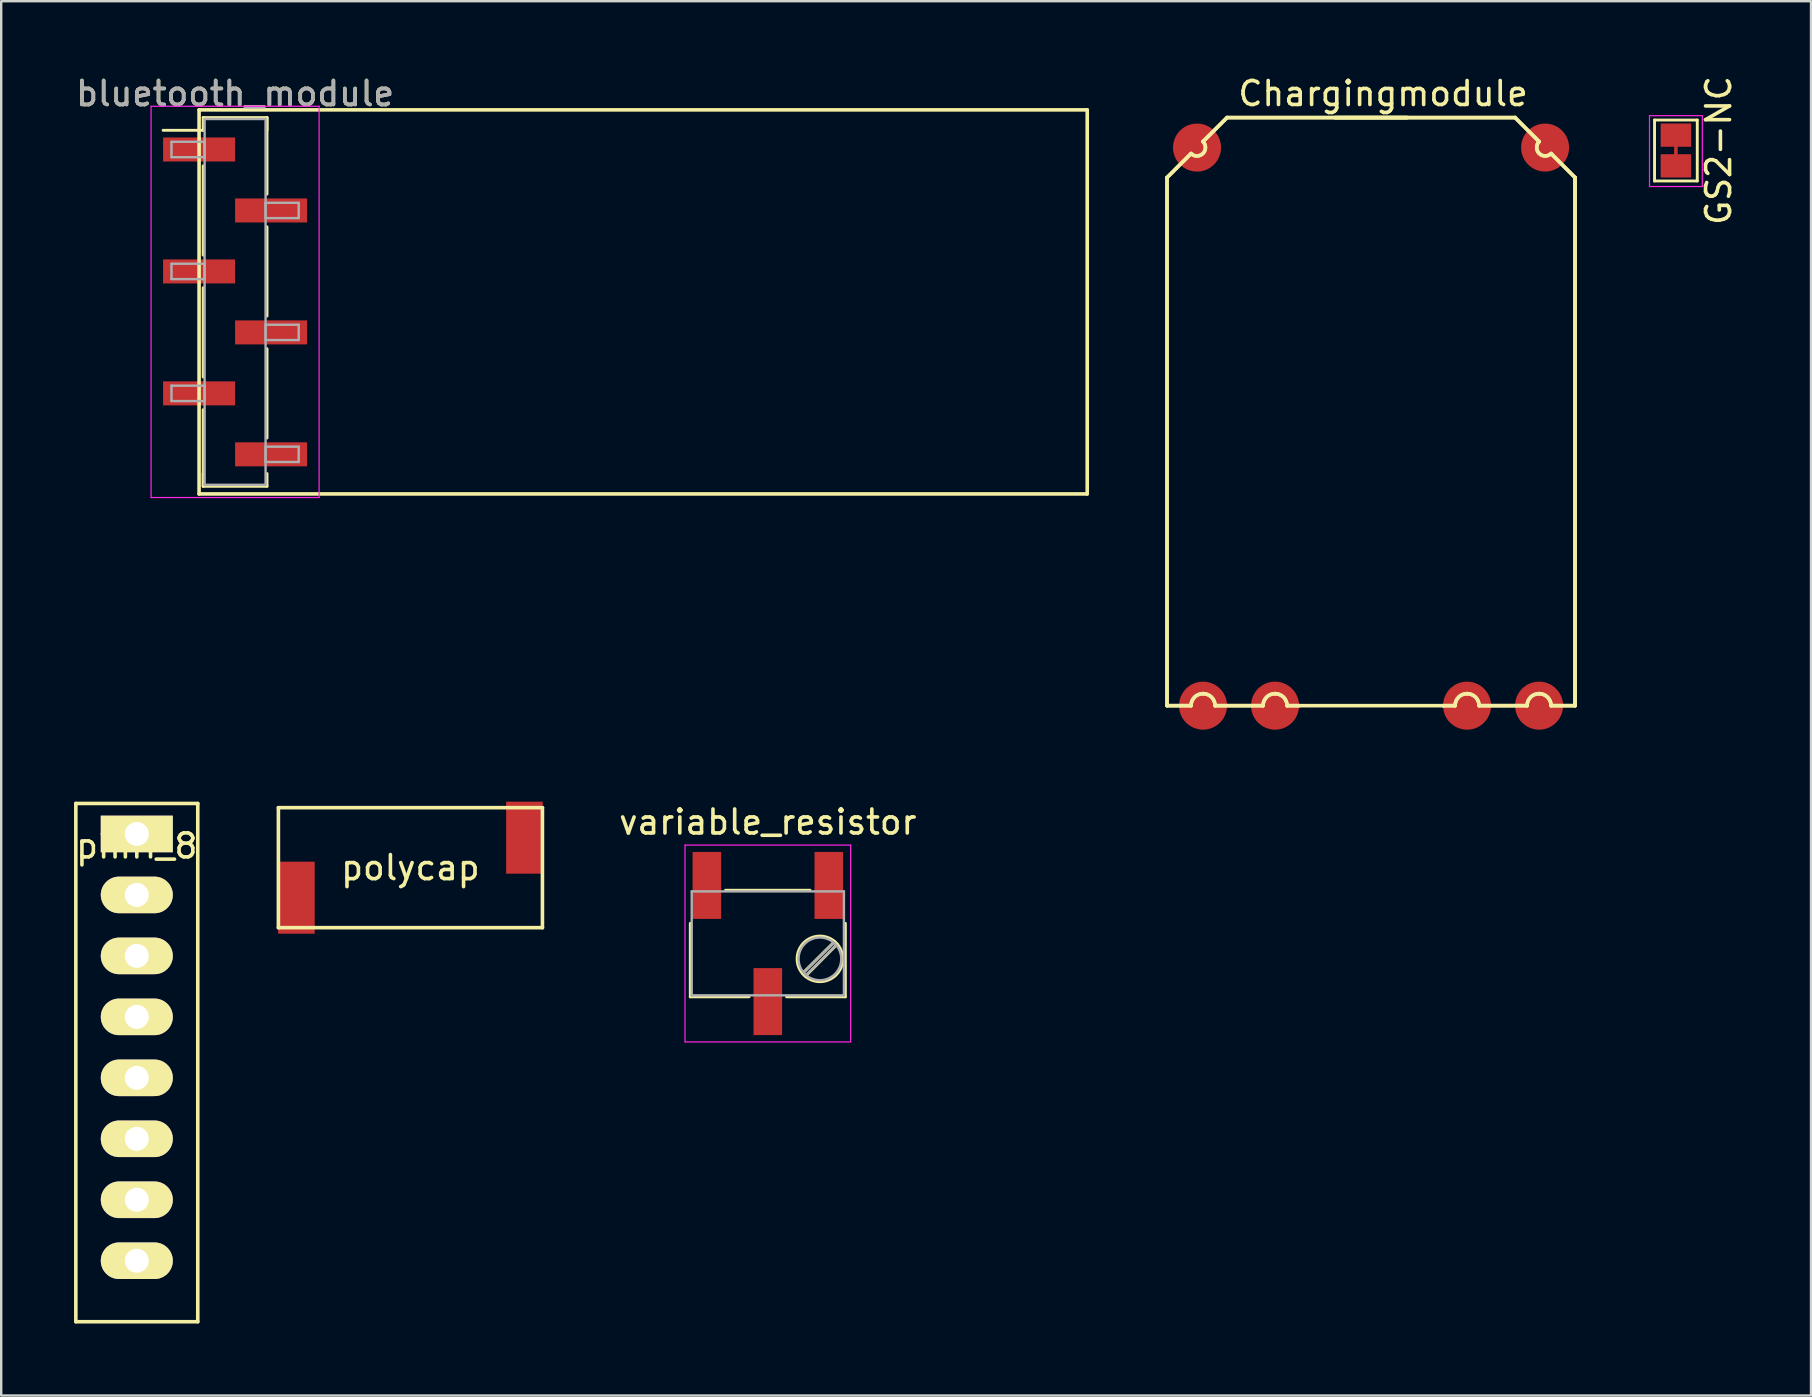
<source format=kicad_pcb>
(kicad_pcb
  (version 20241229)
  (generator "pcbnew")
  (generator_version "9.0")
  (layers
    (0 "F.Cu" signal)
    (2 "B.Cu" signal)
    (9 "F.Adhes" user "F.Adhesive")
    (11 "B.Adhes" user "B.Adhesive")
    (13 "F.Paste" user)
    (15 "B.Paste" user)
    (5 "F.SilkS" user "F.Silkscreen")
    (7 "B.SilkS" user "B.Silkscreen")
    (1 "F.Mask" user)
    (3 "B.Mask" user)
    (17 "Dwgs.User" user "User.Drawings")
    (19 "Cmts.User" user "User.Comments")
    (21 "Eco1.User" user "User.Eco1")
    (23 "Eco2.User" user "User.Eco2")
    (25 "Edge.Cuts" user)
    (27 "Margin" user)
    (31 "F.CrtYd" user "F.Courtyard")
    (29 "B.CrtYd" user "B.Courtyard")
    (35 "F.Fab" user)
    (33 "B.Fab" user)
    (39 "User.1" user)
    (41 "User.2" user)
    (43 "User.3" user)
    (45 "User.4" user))
  (footprint "polycap"
    (layer "F.Cu")
    (at 8.548 30.598)
    (property "Reference" "polycap" (at 5.5 2.5 0) (layer "F.SilkS") (effects (font (size 1 1) (thickness 0.15))))
    (attr through_hole)
    (fp_line (start 0 0) (end 11 0) (stroke (width 0.15) (type solid)) (layer "F.SilkS"))
    (fp_line (start 0 5) (end 0 0) (stroke (width 0.15) (type solid)) (layer "F.SilkS"))
    (fp_line (start 0 5) (end 11 5) (stroke (width 0.15) (type solid)) (layer "F.SilkS"))
    (fp_line (start 11 0) (end 11 5) (stroke (width 0.15) (type solid)) (layer "F.SilkS"))
    (pad "1" smd rect (at 10.25 1.25) (size 1.524 3) (layers "F.Cu" "F.Mask" "F.Paste"))
    (pad "2" smd rect (at 0.75 3.75) (size 1.524 3) (layers "F.Cu" "F.Mask" "F.Paste")))
  (footprint "Chargingmodule"
    (layer "F.Cu")
    (at 45.569 1.848)
    (property "Reference" "Chargingmodule" (at 9 -1 0) (layer "F.SilkS") (effects (font (size 1 1) (thickness 0.15))))
    (attr through_hole)
    (fp_line (start 0 2.5) (end 0 24.5) (stroke (width 0.15) (type solid)) (layer "F.SilkS"))
    (fp_line (start 0 2.5) (end 0 24.5) (stroke (width 0.15) (type solid)) (layer "F.SilkS"))
    (fp_line (start 0 2.5) (end 1 1.5) (stroke (width 0.15) (type solid)) (layer "F.SilkS"))
    (fp_line (start 0 2.5) (end 1 1.5) (stroke (width 0.15) (type solid)) (layer "F.SilkS"))
    (fp_line (start 0 24.5) (end 1 24.5) (stroke (width 0.15) (type solid)) (layer "F.SilkS"))
    (fp_line (start 0 24.5) (end 1 24.5) (stroke (width 0.15) (type solid)) (layer "F.SilkS"))
    (fp_line (start 1.5 1) (end 2.5 0) (stroke (width 0.15) (type solid)) (layer "F.SilkS"))
    (fp_line (start 1.5 1) (end 2.5 0) (stroke (width 0.15) (type solid)) (layer "F.SilkS"))
    (fp_line (start 2 24.5) (end 4 24.5) (stroke (width 0.15) (type solid)) (layer "F.SilkS"))
    (fp_line (start 2 24.5) (end 4 24.5) (stroke (width 0.15) (type solid)) (layer "F.SilkS"))
    (fp_line (start 2.5 0) (end 10 0) (stroke (width 0.15) (type solid)) (layer "F.SilkS"))
    (fp_line (start 2.5 0) (end 10 0) (stroke (width 0.15) (type solid)) (layer "F.SilkS"))
    (fp_line (start 5.5 24.5) (end 5 24.5) (stroke (width 0.15) (type solid)) (layer "F.SilkS"))
    (fp_line (start 5.5 24.5) (end 5 24.5) (stroke (width 0.15) (type solid)) (layer "F.SilkS"))
    (fp_line (start 5.5 24.5) (end 11.5 24.5) (stroke (width 0.15) (type solid)) (layer "F.SilkS"))
    (fp_line (start 11.5 24.5) (end 12 24.5) (stroke (width 0.15) (type solid)) (layer "F.SilkS"))
    (fp_line (start 11.5 24.5) (end 12 24.5) (stroke (width 0.15) (type solid)) (layer "F.SilkS"))
    (fp_line (start 14.5 0) (end 7 0) (stroke (width 0.15) (type solid)) (layer "F.SilkS"))
    (fp_line (start 14.5 0) (end 7 0) (stroke (width 0.15) (type solid)) (layer "F.SilkS"))
    (fp_line (start 15 24.5) (end 13 24.5) (stroke (width 0.15) (type solid)) (layer "F.SilkS"))
    (fp_line (start 15 24.5) (end 13 24.5) (stroke (width 0.15) (type solid)) (layer "F.SilkS"))
    (fp_line (start 15.5 1) (end 14.5 0) (stroke (width 0.15) (type solid)) (layer "F.SilkS"))
    (fp_line (start 15.5 1) (end 14.5 0) (stroke (width 0.15) (type solid)) (layer "F.SilkS"))
    (fp_line (start 17 2.5) (end 16 1.5) (stroke (width 0.15) (type solid)) (layer "F.SilkS"))
    (fp_line (start 17 2.5) (end 16 1.5) (stroke (width 0.15) (type solid)) (layer "F.SilkS"))
    (fp_line (start 17 2.5) (end 17 24.5) (stroke (width 0.15) (type solid)) (layer "F.SilkS"))
    (fp_line (start 17 2.5) (end 17 24.5) (stroke (width 0.15) (type solid)) (layer "F.SilkS"))
    (fp_line (start 17 2.5) (end 17 24.5) (stroke (width 0.15) (type solid)) (layer "F.SilkS"))
    (fp_line (start 17 24.5) (end 16 24.5) (stroke (width 0.15) (type solid)) (layer "F.SilkS"))
    (fp_line (start 17 24.5) (end 16 24.5) (stroke (width 0.15) (type solid)) (layer "F.SilkS"))
    (fp_arc (start 1 24.5) (mid 1.146447 24.146447) (end 1.5 24) (stroke (width 0.15) (type solid)) (layer "F.SilkS"))
    (fp_arc (start 1 24.5) (mid 1.146447 24.146447) (end 1.5 24) (stroke (width 0.15) (type solid)) (layer "F.SilkS"))
    (fp_arc (start 1.5 1) (mid 1.5 1.5) (end 1 1.5) (stroke (width 0.15) (type solid)) (layer "F.SilkS"))
    (fp_arc (start 1.5 1) (mid 1.5 1.5) (end 1 1.5) (stroke (width 0.15) (type solid)) (layer "F.SilkS"))
    (fp_arc (start 1.5 24) (mid 1.853553 24.146447) (end 2 24.5) (stroke (width 0.15) (type solid)) (layer "F.SilkS"))
    (fp_arc (start 1.5 24) (mid 1.853553 24.146447) (end 2 24.5) (stroke (width 0.15) (type solid)) (layer "F.SilkS"))
    (fp_arc (start 4 24.5) (mid 4.146447 24.146447) (end 4.5 24) (stroke (width 0.15) (type solid)) (layer "F.SilkS"))
    (fp_arc (start 4 24.5) (mid 4.146447 24.146447) (end 4.5 24) (stroke (width 0.15) (type solid)) (layer "F.SilkS"))
    (fp_arc (start 4.5 24) (mid 4.853553 24.146447) (end 5 24.5) (stroke (width 0.15) (type solid)) (layer "F.SilkS"))
    (fp_arc (start 4.5 24) (mid 4.853553 24.146447) (end 5 24.5) (stroke (width 0.15) (type solid)) (layer "F.SilkS"))
    (fp_arc (start 12 24.5) (mid 12.146447 24.146447) (end 12.5 24) (stroke (width 0.15) (type solid)) (layer "F.SilkS"))
    (fp_arc (start 12 24.5) (mid 12.146447 24.146447) (end 12.5 24) (stroke (width 0.15) (type solid)) (layer "F.SilkS"))
    (fp_arc (start 12.5 24) (mid 12.853553 24.146447) (end 13 24.5) (stroke (width 0.15) (type solid)) (layer "F.SilkS"))
    (fp_arc (start 12.5 24) (mid 12.853553 24.146447) (end 13 24.5) (stroke (width 0.15) (type solid)) (layer "F.SilkS"))
    (fp_arc (start 15 24.5) (mid 15.146447 24.146447) (end 15.5 24) (stroke (width 0.15) (type solid)) (layer "F.SilkS"))
    (fp_arc (start 15 24.5) (mid 15.146447 24.146447) (end 15.5 24) (stroke (width 0.15) (type solid)) (layer "F.SilkS"))
    (fp_arc (start 15.5 24) (mid 15.853553 24.146447) (end 16 24.5) (stroke (width 0.15) (type solid)) (layer "F.SilkS"))
    (fp_arc (start 15.5 24) (mid 15.853553 24.146447) (end 16 24.5) (stroke (width 0.15) (type solid)) (layer "F.SilkS"))
    (fp_arc (start 16 1.5) (mid 15.5 1.5) (end 15.5 1) (stroke (width 0.15) (type solid)) (layer "F.SilkS"))
    (fp_arc (start 16 1.5) (mid 15.5 1.5) (end 15.5 1) (stroke (width 0.15) (type solid)) (layer "F.SilkS"))
    (pad "1" smd circle (at 1.25 1.25) (size 2 2) (layers "F.Cu" "F.Mask" "F.Paste"))
    (pad "2" smd circle (at 15.75 1.25) (size 2 2) (layers "F.Cu" "F.Mask" "F.Paste"))
    (pad "3" smd circle (at 15.5 24.5) (size 2 2) (layers "F.Cu" "F.Mask" "F.Paste"))
    (pad "4" smd circle (at 12.5 24.5) (size 2 2) (layers "F.Cu" "F.Mask" "F.Paste"))
    (pad "5" smd circle (at 4.5 24.5) (size 2 2) (layers "F.Cu" "F.Mask" "F.Paste"))
    (pad "6" smd circle (at 1.5 24.5) (size 2 2) (layers "F.Cu" "F.Mask" "F.Paste")))
  (footprint "bluetooth_module"
    (layer "F.Cu")
    (at 23.494 9.278)
    (property "Reference" "bluetooth_module" (at -16.75 -8.43 0) (layer "F.SilkS") (effects (font (size 1 1) (thickness 0.15))))
    (attr smd)
    (fp_line (start -18.25 -7.75) (end -18.25 8.25) (stroke (width 0.15) (type solid)) (layer "F.SilkS"))
    (fp_line (start -18.25 -7.75) (end 18.75 -7.75) (stroke (width 0.15) (type solid)) (layer "F.SilkS"))
    (fp_line (start -18.25 8.25) (end 18.75 8.25) (stroke (width 0.15) (type solid)) (layer "F.SilkS"))
    (fp_line (start -18.08 -7.43) (end -15.42 -7.43) (stroke (width 0.12) (type solid)) (layer "F.SilkS"))
    (fp_line (start -18.08 -6.9) (end -19.75 -6.9) (stroke (width 0.12) (type solid)) (layer "F.SilkS"))
    (fp_line (start -18.08 -6.9) (end -18.08 -7.43) (stroke (width 0.12) (type solid)) (layer "F.SilkS"))
    (fp_line (start -18.08 -5.42) (end -18.08 -1.7) (stroke (width 0.12) (type solid)) (layer "F.SilkS"))
    (fp_line (start -18.08 -0.34) (end -18.08 3.38) (stroke (width 0.12) (type solid)) (layer "F.SilkS"))
    (fp_line (start -18.08 4.74) (end -18.08 7.93) (stroke (width 0.12) (type solid)) (layer "F.SilkS"))
    (fp_line (start -18.08 7.4) (end -18.08 7.93) (stroke (width 0.12) (type solid)) (layer "F.SilkS"))
    (fp_line (start -18.08 7.93) (end -15.42 7.93) (stroke (width 0.12) (type solid)) (layer "F.SilkS"))
    (fp_line (start -15.42 -7.43) (end -15.42 -6.9) (stroke (width 0.12) (type solid)) (layer "F.SilkS"))
    (fp_line (start -15.42 -7.43) (end -15.42 -4.24) (stroke (width 0.12) (type solid)) (layer "F.SilkS"))
    (fp_line (start -15.42 -2.88) (end -15.42 0.84) (stroke (width 0.12) (type solid)) (layer "F.SilkS"))
    (fp_line (start -15.42 2.2) (end -15.42 5.92) (stroke (width 0.12) (type solid)) (layer "F.SilkS"))
    (fp_line (start -15.42 7.93) (end -15.42 7.4) (stroke (width 0.12) (type solid)) (layer "F.SilkS"))
    (fp_line (start 18.75 -7.75) (end 18.75 8.25) (stroke (width 0.15) (type solid)) (layer "F.SilkS"))
    (fp_line (start -20.25 -7.9) (end -20.25 8.4) (stroke (width 0.05) (type solid)) (layer "F.CrtYd"))
    (fp_line (start -20.25 8.4) (end -13.25 8.4) (stroke (width 0.05) (type solid)) (layer "F.CrtYd"))
    (fp_line (start -13.25 -7.9) (end -20.25 -7.9) (stroke (width 0.05) (type solid)) (layer "F.CrtYd"))
    (fp_line (start -13.25 8.4) (end -13.25 -7.9) (stroke (width 0.05) (type solid)) (layer "F.CrtYd"))
    (fp_line (start -19.4 -6.42) (end -18.02 -6.42) (stroke (width 0.1) (type solid)) (layer "F.Fab"))
    (fp_line (start -19.4 -5.78) (end -19.4 -6.42) (stroke (width 0.1) (type solid)) (layer "F.Fab"))
    (fp_line (start -19.4 -1.34) (end -18.02 -1.34) (stroke (width 0.1) (type solid)) (layer "F.Fab"))
    (fp_line (start -19.4 -0.7) (end -19.4 -1.34) (stroke (width 0.1) (type solid)) (layer "F.Fab"))
    (fp_line (start -19.4 3.74) (end -18.02 3.74) (stroke (width 0.1) (type solid)) (layer "F.Fab"))
    (fp_line (start -19.4 4.38) (end -19.4 3.74) (stroke (width 0.1) (type solid)) (layer "F.Fab"))
    (fp_line (start -18.02 -7.37) (end -18.02 7.87) (stroke (width 0.1) (type solid)) (layer "F.Fab"))
    (fp_line (start -18.02 -6.42) (end -18.02 -5.78) (stroke (width 0.1) (type solid)) (layer "F.Fab"))
    (fp_line (start -18.02 -5.78) (end -19.4 -5.78) (stroke (width 0.1) (type solid)) (layer "F.Fab"))
    (fp_line (start -18.02 -1.34) (end -18.02 -0.7) (stroke (width 0.1) (type solid)) (layer "F.Fab"))
    (fp_line (start -18.02 -0.7) (end -19.4 -0.7) (stroke (width 0.1) (type solid)) (layer "F.Fab"))
    (fp_line (start -18.02 3.74) (end -18.02 4.38) (stroke (width 0.1) (type solid)) (layer "F.Fab"))
    (fp_line (start -18.02 4.38) (end -19.4 4.38) (stroke (width 0.1) (type solid)) (layer "F.Fab"))
    (fp_line (start -18.02 7.87) (end -15.48 7.87) (stroke (width 0.1) (type solid)) (layer "F.Fab"))
    (fp_line (start -15.48 -7.37) (end -18.02 -7.37) (stroke (width 0.1) (type solid)) (layer "F.Fab"))
    (fp_line (start -15.48 -3.88) (end -15.48 -3.24) (stroke (width 0.1) (type solid)) (layer "F.Fab"))
    (fp_line (start -15.48 -3.24) (end -14.1 -3.24) (stroke (width 0.1) (type solid)) (layer "F.Fab"))
    (fp_line (start -15.48 1.2) (end -15.48 1.84) (stroke (width 0.1) (type solid)) (layer "F.Fab"))
    (fp_line (start -15.48 1.84) (end -14.1 1.84) (stroke (width 0.1) (type solid)) (layer "F.Fab"))
    (fp_line (start -15.48 6.28) (end -15.48 6.92) (stroke (width 0.1) (type solid)) (layer "F.Fab"))
    (fp_line (start -15.48 6.92) (end -14.1 6.92) (stroke (width 0.1) (type solid)) (layer "F.Fab"))
    (fp_line (start -15.48 7.87) (end -15.48 -7.37) (stroke (width 0.1) (type solid)) (layer "F.Fab"))
    (fp_line (start -14.1 -3.88) (end -15.48 -3.88) (stroke (width 0.1) (type solid)) (layer "F.Fab"))
    (fp_line (start -14.1 -3.24) (end -14.1 -3.88) (stroke (width 0.1) (type solid)) (layer "F.Fab"))
    (fp_line (start -14.1 1.2) (end -15.48 1.2) (stroke (width 0.1) (type solid)) (layer "F.Fab"))
    (fp_line (start -14.1 1.84) (end -14.1 1.2) (stroke (width 0.1) (type solid)) (layer "F.Fab"))
    (fp_line (start -14.1 6.28) (end -15.48 6.28) (stroke (width 0.1) (type solid)) (layer "F.Fab"))
    (fp_line (start -14.1 6.92) (end -14.1 6.28) (stroke (width 0.1) (type solid)) (layer "F.Fab"))
    (fp_text user "${REFERENCE}" (at -16.75 -8.43 0) (layer "F.Fab") (effects (font (size 1 1) (thickness 0.15))))
    (pad "1" smd rect (at -18.25 -6.1) (size 3 1) (layers "F.Cu" "F.Mask" "F.Paste"))
    (pad "2" smd rect (at -15.25 -3.56) (size 3 1) (layers "F.Cu" "F.Mask" "F.Paste"))
    (pad "3" smd rect (at -18.25 -1.02) (size 3 1) (layers "F.Cu" "F.Mask" "F.Paste"))
    (pad "4" smd rect (at -15.25 1.52) (size 3 1) (layers "F.Cu" "F.Mask" "F.Paste"))
    (pad "5" smd rect (at -18.25 4.06) (size 3 1) (layers "F.Cu" "F.Mask" "F.Paste"))
    (pad "6" smd rect (at -15.25 6.6) (size 3 1) (layers "F.Cu" "F.Mask" "F.Paste")))
  (footprint "GS2-NC"
    (layer "F.Cu")
    (at 66.769 3.22)
    (property "Reference" "GS2-NC" (at 1.78 0 90) (layer "F.SilkS") (effects (font (size 1 1) (thickness 0.15))))
    (attr smd)
    (fp_line (start 0 -0.5) (end 0 0.5) (stroke (width 0.15) (type solid)) (layer "F.Cu"))
    (fp_line (start -0.89 -1.27) (end -0.89 1.27) (stroke (width 0.12) (type solid)) (layer "F.SilkS"))
    (fp_line (start -0.89 -1.27) (end 0.89 -1.27) (stroke (width 0.12) (type solid)) (layer "F.SilkS"))
    (fp_line (start 0.89 1.27) (end -0.89 1.27) (stroke (width 0.12) (type solid)) (layer "F.SilkS"))
    (fp_line (start 0.89 1.27) (end 0.89 -1.27) (stroke (width 0.12) (type solid)) (layer "F.SilkS"))
    (fp_line (start -1.1 -1.45) (end 1.1 -1.45) (stroke (width 0.05) (type solid)) (layer "F.CrtYd"))
    (fp_line (start -1.1 1.5) (end -1.1 -1.45) (stroke (width 0.05) (type solid)) (layer "F.CrtYd"))
    (fp_line (start 1.1 -1.45) (end 1.1 1.5) (stroke (width 0.05) (type solid)) (layer "F.CrtYd"))
    (fp_line (start 1.1 1.5) (end -1.1 1.5) (stroke (width 0.05) (type solid)) (layer "F.CrtYd"))
    (pad "1" smd rect (at 0 -0.64) (size 1.27 0.97) (layers "F.Cu" "F.Mask" "F.Paste"))
    (pad "2" smd rect (at 0 0.64) (size 1.27 0.97) (layers "F.Cu" "F.Mask" "F.Paste")))
  (footprint "variable_resistor"
    (placed yes)
    (layer "F.Cu")
    (at 28.938 36.257)
    (property "Reference" "variable_resistor" (at 0 -5.06 0) (layer "F.SilkS") (effects (font (size 1 1) (thickness 0.15))))
    (attr smd)
    (fp_line (start -3.23 -0.84) (end -3.23 2.22) (stroke (width 0.12) (type solid)) (layer "F.SilkS"))
    (fp_line (start -3.23 2.22) (end -0.78 2.22) (stroke (width 0.12) (type solid)) (layer "F.SilkS"))
    (fp_line (start -1.76 -2.22) (end 1.76 -2.22) (stroke (width 0.12) (type solid)) (layer "F.SilkS"))
    (fp_line (start 0.78 2.22) (end 3.23 2.22) (stroke (width 0.12) (type solid)) (layer "F.SilkS"))
    (fp_line (start 2.78 -0.08) (end 1.45 1.24) (stroke (width 0.12) (type solid)) (layer "F.SilkS"))
    (fp_line (start 2.89 0.03) (end 1.57 1.36) (stroke (width 0.12) (type solid)) (layer "F.SilkS"))
    (fp_line (start 3.23 -0.84) (end 3.23 2.22) (stroke (width 0.12) (type solid)) (layer "F.SilkS"))
    (fp_circle (center 2.17 0.64) (end 3.12 0.64) (stroke (width 0.12) (type solid)) (fill no) (layer "F.SilkS"))
    (fp_line (start -3.45 -4.1) (end -3.45 4.1) (stroke (width 0.05) (type solid)) (layer "F.CrtYd"))
    (fp_line (start -3.45 4.1) (end 3.45 4.1) (stroke (width 0.05) (type solid)) (layer "F.CrtYd"))
    (fp_line (start 3.45 -4.1) (end -3.45 -4.1) (stroke (width 0.05) (type solid)) (layer "F.CrtYd"))
    (fp_line (start 3.45 4.1) (end 3.45 -4.1) (stroke (width 0.05) (type solid)) (layer "F.CrtYd"))
    (fp_line (start -3.17 -2.17) (end -3.17 2.16) (stroke (width 0.1) (type solid)) (layer "F.Fab"))
    (fp_line (start -3.17 2.16) (end 3.17 2.16) (stroke (width 0.1) (type solid)) (layer "F.Fab"))
    (fp_line (start 2.74 -0.04) (end 1.5 1.2) (stroke (width 0.1) (type solid)) (layer "F.Fab"))
    (fp_line (start 2.85 0.07) (end 1.61 1.31) (stroke (width 0.1) (type solid)) (layer "F.Fab"))
    (fp_line (start 3.17 -2.17) (end -3.17 -2.17) (stroke (width 0.1) (type solid)) (layer "F.Fab"))
    (fp_line (start 3.17 2.16) (end 3.17 -2.17) (stroke (width 0.1) (type solid)) (layer "F.Fab"))
    (fp_circle (center 2.17 0.64) (end 3.06 0.64) (stroke (width 0.1) (type solid)) (fill no) (layer "F.Fab"))
    (pad "1" smd rect (at 2.54 -2.42) (size 1.19 2.79) (layers "F.Cu" "F.Mask"))
    (pad "2" smd rect (at -2.54 -2.42) (size 1.19 2.79) (layers "F.Cu" "F.Mask"))
    (pad "2" smd rect (at 0 2.42) (size 1.19 2.79) (layers "F.Cu" "F.Mask")))
  (footprint "pinH_8"
    (layer "F.Cu")
    (at 2.649 31.693)
    (property "Reference" "pinH_8" (at 0 0.5 0) (layer "F.SilkS") (effects (font (size 1 1) (thickness 0.15))))
    (attr through_hole)
    (fp_line (start -2.54 -1.27) (end -2.54 20.32) (stroke (width 0.15) (type solid)) (layer "F.SilkS"))
    (fp_line (start -2.54 20.32) (end 2.54 20.32) (stroke (width 0.15) (type solid)) (layer "F.SilkS"))
    (fp_line (start 2.54 -1.27) (end -2.54 -1.27) (stroke (width 0.15) (type solid)) (layer "F.SilkS"))
    (fp_line (start 2.54 20.32) (end 2.54 -1.27) (stroke (width 0.15) (type solid)) (layer "F.SilkS"))
    (pad "1" thru_hole rect (at 0 0) (size 3 1.524) (drill 1) (layers "*.Cu" "*.Mask" "F.SilkS"))
    (pad "2" thru_hole oval (at 0 2.54) (size 3 1.524) (drill 1) (layers "*.Cu" "*.Mask" "F.SilkS"))
    (pad "3" thru_hole oval (at 0 5.08) (size 3 1.524) (drill 1) (layers "*.Cu" "*.Mask" "F.SilkS"))
    (pad "4" thru_hole oval (at 0 7.62) (size 3 1.524) (drill 1) (layers "*.Cu" "*.Mask" "F.SilkS"))
    (pad "5" thru_hole oval (at 0 10.16) (size 3 1.524) (drill 1) (layers "*.Cu" "*.Mask" "F.SilkS"))
    (pad "6" thru_hole oval (at 0 12.7) (size 3 1.524) (drill 1) (layers "*.Cu" "*.Mask" "F.SilkS"))
    (pad "7" thru_hole oval (at 0 15.24) (size 3 1.524) (drill 1) (layers "*.Cu" "*.Mask" "F.SilkS"))
    (pad "8" thru_hole oval (at 0 17.78) (size 3 1.524) (drill 1) (layers "*.Cu" "*.Mask" "F.SilkS")))
  (gr_rect
    (start -3 -3)
    (end 72.397 55.088)
    (stroke (width 0.1) (type default))
    (fill no)
    (layer "Edge.Cuts")))
</source>
